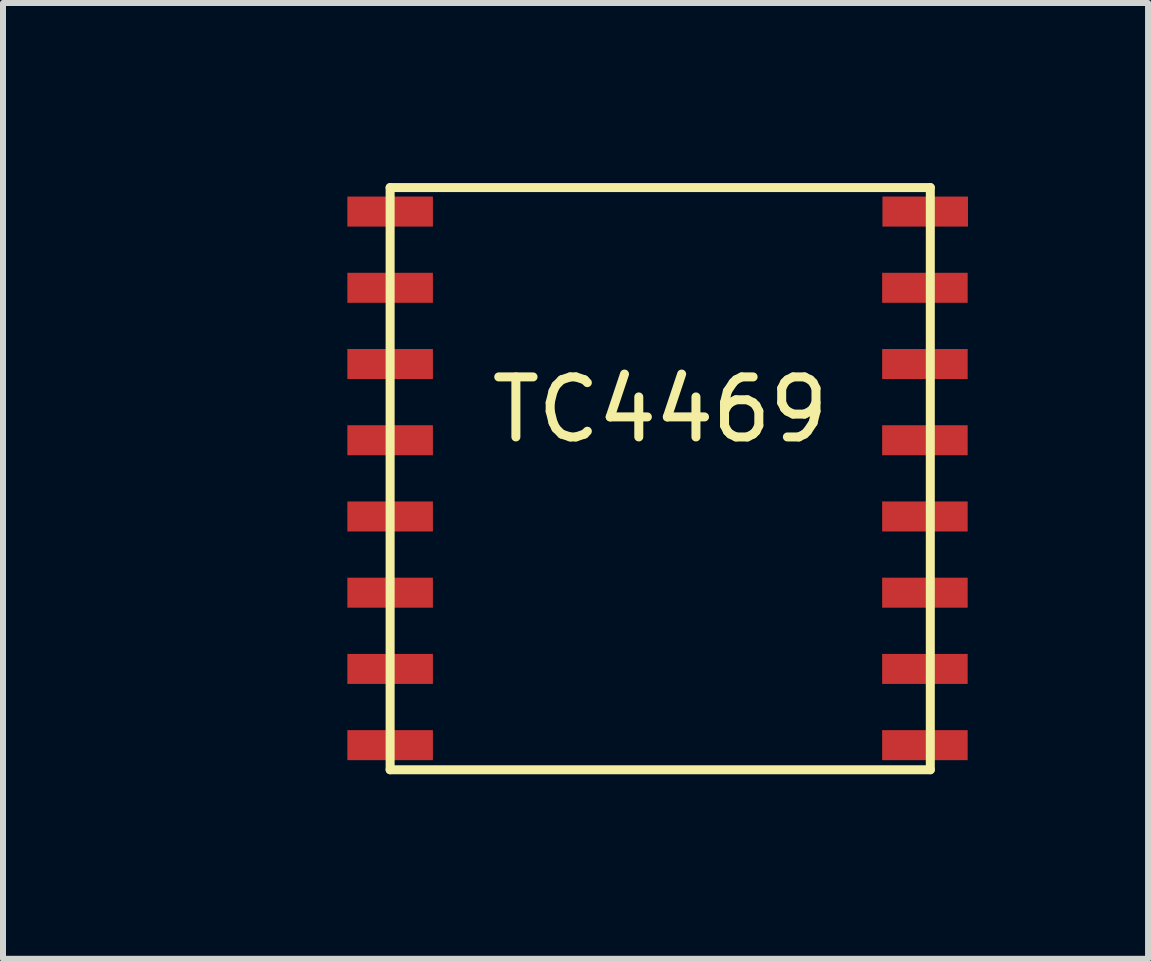
<source format=kicad_pcb>
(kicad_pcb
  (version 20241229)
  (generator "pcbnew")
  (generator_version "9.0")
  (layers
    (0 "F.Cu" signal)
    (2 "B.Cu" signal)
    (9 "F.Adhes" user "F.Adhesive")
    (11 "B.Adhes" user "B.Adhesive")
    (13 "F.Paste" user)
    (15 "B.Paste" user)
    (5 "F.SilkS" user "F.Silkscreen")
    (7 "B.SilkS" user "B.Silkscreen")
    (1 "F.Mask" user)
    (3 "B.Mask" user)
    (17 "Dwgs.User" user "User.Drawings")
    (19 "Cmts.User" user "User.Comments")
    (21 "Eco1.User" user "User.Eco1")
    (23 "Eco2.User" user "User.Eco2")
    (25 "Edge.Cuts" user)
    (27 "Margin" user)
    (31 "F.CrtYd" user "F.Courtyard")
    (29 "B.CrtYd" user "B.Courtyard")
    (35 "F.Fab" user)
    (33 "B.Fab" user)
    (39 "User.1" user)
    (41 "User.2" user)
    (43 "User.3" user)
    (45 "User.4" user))
  (footprint "TC4469"
    (layer "F.Cu")
    (at 0.25 9.675)
    (property "Reference" "TC4469" (at 7.7 -5.9 0) (layer "F.SilkS") (effects (font (size 1 1) (thickness 0.15))))
    (attr through_hole)
    (fp_line (start 3.2 -9.6) (end 12.2 -9.6) (stroke (width 0.15) (type solid)) (layer "F.SilkS"))
    (fp_line (start 3.2 0.1) (end 3.2 -9.6) (stroke (width 0.15) (type solid)) (layer "F.SilkS"))
    (fp_line (start 12.2 -9.6) (end 12.2 0.1) (stroke (width 0.15) (type solid)) (layer "F.SilkS"))
    (fp_line (start 12.2 0.1) (end 3.2 0.1) (stroke (width 0.15) (type solid)) (layer "F.SilkS"))
    (pad "1" smd rect (at 3.2 -9.2) (size 1.425 0.5) (layers "F.Cu" "F.Mask" "F.Paste"))
    (pad "2" smd rect (at 3.2 -7.93) (size 1.425 0.5) (layers "F.Cu" "F.Mask" "F.Paste"))
    (pad "3" smd rect (at 3.2 -6.66) (size 1.425 0.5) (layers "F.Cu" "F.Mask" "F.Paste"))
    (pad "4" smd rect (at 3.2 -5.39) (size 1.425 0.5) (layers "F.Cu" "F.Mask" "F.Paste"))
    (pad "5" smd rect (at 3.2 -4.12) (size 1.425 0.5) (layers "F.Cu" "F.Mask" "F.Paste"))
    (pad "6" smd rect (at 3.2 -2.85) (size 1.425 0.5) (layers "F.Cu" "F.Mask" "F.Paste"))
    (pad "7" smd rect (at 3.2 -1.58) (size 1.425 0.5) (layers "F.Cu" "F.Mask" "F.Paste"))
    (pad "8" smd rect (at 3.2 -0.31) (size 1.425 0.5) (layers "F.Cu" "F.Mask" "F.Paste"))
    (pad "9" smd rect (at 12.11 -0.31) (size 1.425 0.5) (layers "F.Cu" "F.Mask" "F.Paste"))
    (pad "10" smd rect (at 12.11 -1.58) (size 1.425 0.5) (layers "F.Cu" "F.Mask" "F.Paste"))
    (pad "11" smd rect (at 12.11 -2.85) (size 1.425 0.5) (layers "F.Cu" "F.Mask" "F.Paste"))
    (pad "12" smd rect (at 12.11 -4.12) (size 1.425 0.5) (layers "F.Cu" "F.Mask" "F.Paste"))
    (pad "13" smd rect (at 12.11 -5.39) (size 1.425 0.5) (layers "F.Cu" "F.Mask" "F.Paste"))
    (pad "14" smd rect (at 12.11 -6.66) (size 1.425 0.5) (layers "F.Cu" "F.Mask" "F.Paste"))
    (pad "15" smd rect (at 12.11 -7.93) (size 1.425 0.5) (layers "F.Cu" "F.Mask" "F.Paste"))
    (pad "16" smd rect (at 12.115 -9.2) (size 1.425 0.5) (layers "F.Cu" "F.Mask" "F.Paste")))
  (gr_rect
    (start -3 -3)
    (end 16.078 12.925)
    (stroke (width 0.1) (type default))
    (fill no)
    (layer "Edge.Cuts")))
</source>
